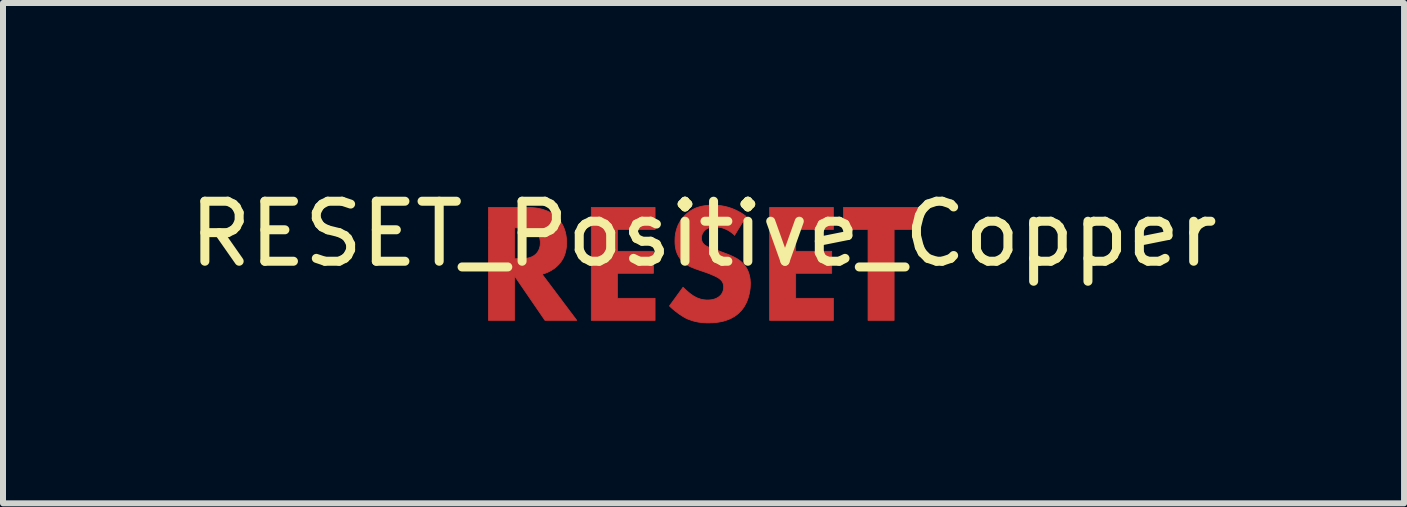
<source format=kicad_pcb>
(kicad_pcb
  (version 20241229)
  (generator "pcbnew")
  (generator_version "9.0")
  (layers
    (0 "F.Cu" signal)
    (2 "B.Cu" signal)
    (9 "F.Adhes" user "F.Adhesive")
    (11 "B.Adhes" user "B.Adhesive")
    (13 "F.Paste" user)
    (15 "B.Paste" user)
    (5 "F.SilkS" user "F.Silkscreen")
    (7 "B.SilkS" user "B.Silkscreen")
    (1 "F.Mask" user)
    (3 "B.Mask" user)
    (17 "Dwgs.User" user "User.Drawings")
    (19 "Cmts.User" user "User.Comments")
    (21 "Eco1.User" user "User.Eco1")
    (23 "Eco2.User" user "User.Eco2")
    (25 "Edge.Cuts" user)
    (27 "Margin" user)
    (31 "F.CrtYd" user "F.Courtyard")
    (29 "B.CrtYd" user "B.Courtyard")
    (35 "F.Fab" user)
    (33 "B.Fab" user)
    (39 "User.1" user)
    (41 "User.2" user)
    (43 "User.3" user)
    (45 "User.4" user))
  (footprint "RESET_Positive_Copper"
    (layer "F.Cu")
    (at 8.673 1.348)
    (property "Reference" "RESET_Positive_Copper" (at 0 -0.5 0) (unlocked yes) (layer "F.SilkS") (effects (font (size 1 1) (thickness 0.15))))
    (fp_poly (pts (xy 3.584 -0.574) (xy 3.175 -0.574) (xy 3.175 0.94) (xy 2.741 0.94) (xy 2.741 -0.574) (xy 2.332 -0.574) (xy 2.332 -0.941) (xy 3.584 -0.941)) (stroke (width 0.013) (type solid)) (fill yes) (layer "F.Cu"))
    (fp_poly (pts (xy -0.808 -0.574) (xy -1.436 -0.574) (xy -1.436 -0.21) (xy -0.836 -0.21) (xy -0.836 0.156) (xy -1.436 0.156) (xy -1.436 0.573) (xy -0.808 0.573) (xy -0.808 0.94) (xy -1.87 0.94) (xy -1.87 -0.941) (xy -0.808 -0.941)) (stroke (width 0.013) (type solid)) (fill yes) (layer "F.Cu"))
    (fp_poly (pts (xy 2.163 -0.574) (xy 1.535 -0.574) (xy 1.535 -0.21) (xy 2.135 -0.21) (xy 2.135 0.156) (xy 1.535 0.156) (xy 1.535 0.573) (xy 2.163 0.573) (xy 2.163 0.94) (xy 1.101 0.94) (xy 1.101 -0.941) (xy 2.163 -0.941)) (stroke (width 0.013) (type solid)) (fill yes) (layer "F.Cu"))
    (fp_poly (pts (xy -2.88 -0.94) (xy -2.839 -0.937) (xy -2.799 -0.933) (xy -2.761 -0.927) (xy -2.725 -0.92) (xy -2.691 -0.912) (xy -2.659 -0.902) (xy -2.629 -0.891) (xy -2.6 -0.88) (xy -2.573 -0.867) (xy -2.548 -0.854) (xy -2.524 -0.839) (xy -2.502 -0.825) (xy -2.482 -0.81) (xy -2.462 -0.794) (xy -2.445 -0.778) (xy -2.43 -0.763) (xy -2.415 -0.747) (xy -2.401 -0.729) (xy -2.386 -0.709) (xy -2.373 -0.689) (xy -2.359 -0.666) (xy -2.346 -0.643) (xy -2.334 -0.617) (xy -2.323 -0.591) (xy -2.313 -0.562) (xy -2.304 -0.533) (xy -2.3 -0.517) (xy -2.297 -0.501) (xy -2.293 -0.485) (xy -2.291 -0.468) (xy -2.288 -0.451) (xy -2.286 -0.433) (xy -2.284 -0.415) (xy -2.283 -0.397) (xy -2.282 -0.378) (xy -2.282 -0.359) (xy -2.283 -0.336) (xy -2.284 -0.313) (xy -2.285 -0.289) (xy -2.288 -0.265) (xy -2.292 -0.24) (xy -2.297 -0.216) (xy -2.303 -0.191) (xy -2.31 -0.166) (xy -2.319 -0.142) (xy -2.329 -0.117) (xy -2.341 -0.092) (xy -2.355 -0.068) (xy -2.371 -0.044) (xy -2.389 -0.02) (xy -2.408 0.003) (xy -2.43 0.026) (xy -2.443 0.038) (xy -2.456 0.049) (xy -2.469 0.061) (xy -2.484 0.072) (xy -2.498 0.083) (xy -2.514 0.093) (xy -2.53 0.103) (xy -2.546 0.113) (xy -2.563 0.122) (xy -2.581 0.131) (xy -2.598 0.139) (xy -2.616 0.146) (xy -2.635 0.154) (xy -2.653 0.16) (xy -2.672 0.166) (xy -2.691 0.171) (xy -2.113 0.94) (xy -2.642 0.94) (xy -3.15 0.199) (xy -3.15 0.94) (xy -3.584 0.94) (xy -3.584 -0.087) (xy -3.15 -0.087) (xy -3.051 -0.087) (xy -3.021 -0.087) (xy -3.005 -0.088) (xy -2.988 -0.089) (xy -2.971 -0.091) (xy -2.954 -0.093) (xy -2.937 -0.096) (xy -2.919 -0.1) (xy -2.902 -0.104) (xy -2.885 -0.11) (xy -2.868 -0.116) (xy -2.851 -0.124) (xy -2.835 -0.133) (xy -2.82 -0.143) (xy -2.812 -0.149) (xy -2.805 -0.155) (xy -2.797 -0.161) (xy -2.79 -0.168) (xy -2.784 -0.174) (xy -2.778 -0.181) (xy -2.772 -0.189) (xy -2.766 -0.197) (xy -2.76 -0.206) (xy -2.754 -0.216) (xy -2.748 -0.226) (xy -2.743 -0.237) (xy -2.738 -0.249) (xy -2.734 -0.262) (xy -2.73 -0.275) (xy -2.728 -0.282) (xy -2.726 -0.289) (xy -2.725 -0.296) (xy -2.723 -0.303) (xy -2.722 -0.311) (xy -2.721 -0.319) (xy -2.721 -0.327) (xy -2.72 -0.335) (xy -2.72 -0.343) (xy -2.72 -0.352) (xy -2.72 -0.371) (xy -2.722 -0.389) (xy -2.725 -0.406) (xy -2.728 -0.422) (xy -2.732 -0.437) (xy -2.737 -0.451) (xy -2.743 -0.464) (xy -2.749 -0.476) (xy -2.756 -0.487) (xy -2.763 -0.497) (xy -2.77 -0.507) (xy -2.778 -0.515) (xy -2.785 -0.523) (xy -2.793 -0.53) (xy -2.801 -0.536) (xy -2.808 -0.542) (xy -2.822 -0.551) (xy -2.836 -0.56) (xy -2.851 -0.567) (xy -2.867 -0.574) (xy -2.883 -0.579) (xy -2.9 -0.584) (xy -2.917 -0.588) (xy -2.933 -0.592) (xy -2.95 -0.595) (xy -2.966 -0.597) (xy -2.981 -0.599) (xy -2.996 -0.6) (xy -3.024 -0.602) (xy -3.048 -0.602) (xy -3.15 -0.602) (xy -3.15 -0.087) (xy -3.584 -0.087) (xy -3.584 -0.941) (xy -2.924 -0.941)) (stroke (width 0.013) (type solid)) (fill yes) (layer "F.Cu"))
    (fp_poly (pts (xy 0.204 -0.978) (xy 0.233 -0.976) (xy 0.263 -0.974) (xy 0.295 -0.97) (xy 0.328 -0.964) (xy 0.362 -0.957) (xy 0.398 -0.948) (xy 0.434 -0.937) (xy 0.471 -0.925) (xy 0.509 -0.909) (xy 0.548 -0.892) (xy 0.588 -0.871) (xy 0.628 -0.848) (xy 0.668 -0.822) (xy 0.709 -0.792) (xy 0.515 -0.475) (xy 0.515 -0.482) (xy 0.489 -0.504) (xy 0.463 -0.524) (xy 0.438 -0.542) (xy 0.414 -0.557) (xy 0.39 -0.569) (xy 0.368 -0.58) (xy 0.346 -0.589) (xy 0.325 -0.597) (xy 0.305 -0.603) (xy 0.286 -0.607) (xy 0.268 -0.611) (xy 0.251 -0.613) (xy 0.236 -0.615) (xy 0.222 -0.616) (xy 0.198 -0.616) (xy 0.175 -0.616) (xy 0.163 -0.615) (xy 0.151 -0.614) (xy 0.139 -0.613) (xy 0.126 -0.611) (xy 0.114 -0.609) (xy 0.102 -0.606) (xy 0.09 -0.602) (xy 0.078 -0.598) (xy 0.067 -0.592) (xy 0.055 -0.586) (xy 0.044 -0.579) (xy 0.034 -0.572) (xy 0.029 -0.567) (xy 0.024 -0.563) (xy 0.019 -0.558) (xy 0.014 -0.553) (xy 0.009 -0.547) (xy 0.004 -0.541) (xy -0.001 -0.535) (xy -0.005 -0.529) (xy -0.01 -0.522) (xy -0.014 -0.515) (xy -0.017 -0.508) (xy -0.021 -0.501) (xy -0.024 -0.493) (xy -0.027 -0.485) (xy -0.029 -0.477) (xy -0.031 -0.468) (xy -0.033 -0.46) (xy -0.034 -0.451) (xy -0.035 -0.442) (xy -0.035 -0.433) (xy -0.035 -0.424) (xy -0.034 -0.416) (xy -0.034 -0.408) (xy -0.032 -0.401) (xy -0.031 -0.393) (xy -0.029 -0.386) (xy -0.027 -0.38) (xy -0.024 -0.373) (xy -0.022 -0.367) (xy -0.019 -0.361) (xy -0.015 -0.355) (xy -0.011 -0.349) (xy -0.007 -0.343) (xy -0.003 -0.338) (xy 0.002 -0.332) (xy 0.007 -0.327) (xy 0.016 -0.319) (xy 0.025 -0.312) (xy 0.035 -0.305) (xy 0.046 -0.299) (xy 0.057 -0.293) (xy 0.069 -0.287) (xy 0.081 -0.281) (xy 0.095 -0.275) (xy 0.11 -0.269) (xy 0.125 -0.263) (xy 0.16 -0.251) (xy 0.244 -0.221) (xy 0.385 -0.168) (xy 0.416 -0.156) (xy 0.449 -0.142) (xy 0.482 -0.127) (xy 0.499 -0.119) (xy 0.516 -0.11) (xy 0.533 -0.101) (xy 0.55 -0.092) (xy 0.566 -0.082) (xy 0.582 -0.071) (xy 0.598 -0.06) (xy 0.613 -0.049) (xy 0.628 -0.036) (xy 0.642 -0.023) (xy 0.662 -0.003) (xy 0.68 0.017) (xy 0.696 0.039) (xy 0.71 0.06) (xy 0.723 0.082) (xy 0.734 0.105) (xy 0.744 0.127) (xy 0.752 0.15) (xy 0.759 0.173) (xy 0.765 0.195) (xy 0.77 0.218) (xy 0.774 0.24) (xy 0.777 0.262) (xy 0.778 0.284) (xy 0.78 0.305) (xy 0.78 0.326) (xy 0.779 0.362) (xy 0.777 0.397) (xy 0.773 0.432) (xy 0.768 0.466) (xy 0.761 0.499) (xy 0.753 0.531) (xy 0.744 0.563) (xy 0.734 0.593) (xy 0.723 0.622) (xy 0.71 0.65) (xy 0.696 0.677) (xy 0.682 0.703) (xy 0.666 0.727) (xy 0.65 0.75) (xy 0.632 0.772) (xy 0.614 0.791) (xy 0.598 0.808) (xy 0.582 0.823) (xy 0.566 0.837) (xy 0.549 0.85) (xy 0.531 0.863) (xy 0.514 0.875) (xy 0.478 0.896) (xy 0.442 0.914) (xy 0.405 0.929) (xy 0.368 0.942) (xy 0.332 0.953) (xy 0.296 0.961) (xy 0.26 0.968) (xy 0.226 0.973) (xy 0.193 0.977) (xy 0.162 0.98) (xy 0.133 0.981) (xy 0.081 0.982) (xy 0.056 0.982) (xy 0.032 0.981) (xy 0.007 0.98) (xy -0.017 0.978) (xy -0.041 0.975) (xy -0.064 0.972) (xy -0.088 0.969) (xy -0.111 0.964) (xy -0.134 0.959) (xy -0.157 0.954) (xy -0.18 0.947) (xy -0.202 0.94) (xy -0.225 0.932) (xy -0.248 0.924) (xy -0.27 0.915) (xy -0.293 0.904) (xy -0.311 0.895) (xy -0.329 0.884) (xy -0.347 0.873) (xy -0.366 0.861) (xy -0.384 0.849) (xy -0.403 0.837) (xy -0.439 0.81) (xy -0.475 0.782) (xy -0.508 0.755) (xy -0.54 0.727) (xy -0.568 0.7) (xy -0.342 0.389) (xy -0.322 0.408) (xy -0.301 0.428) (xy -0.278 0.448) (xy -0.255 0.468) (xy -0.232 0.487) (xy -0.209 0.505) (xy -0.197 0.513) (xy -0.186 0.521) (xy -0.176 0.528) (xy -0.166 0.534) (xy -0.152 0.542) (xy -0.138 0.55) (xy -0.124 0.557) (xy -0.11 0.564) (xy -0.096 0.57) (xy -0.081 0.575) (xy -0.067 0.58) (xy -0.053 0.585) (xy -0.038 0.589) (xy -0.023 0.592) (xy -0.008 0.595) (xy 0.007 0.597) (xy 0.023 0.599) (xy 0.038 0.6) (xy 0.054 0.601) (xy 0.071 0.601) (xy 0.082 0.601) (xy 0.093 0.6) (xy 0.105 0.6) (xy 0.117 0.598) (xy 0.129 0.597) (xy 0.141 0.595) (xy 0.154 0.592) (xy 0.167 0.589) (xy 0.18 0.585) (xy 0.193 0.581) (xy 0.206 0.576) (xy 0.219 0.57) (xy 0.231 0.563) (xy 0.244 0.555) (xy 0.256 0.547) (xy 0.268 0.537) (xy 0.275 0.531) (xy 0.281 0.525) (xy 0.288 0.518) (xy 0.294 0.51) (xy 0.3 0.502) (xy 0.305 0.494) (xy 0.31 0.485) (xy 0.315 0.476) (xy 0.319 0.467) (xy 0.323 0.456) (xy 0.327 0.446) (xy 0.328 0.44) (xy 0.33 0.435) (xy 0.331 0.429) (xy 0.332 0.423) (xy 0.333 0.417) (xy 0.334 0.411) (xy 0.335 0.405) (xy 0.335 0.399) (xy 0.335 0.392) (xy 0.335 0.386) (xy 0.335 0.374) (xy 0.334 0.363) (xy 0.333 0.353) (xy 0.331 0.343) (xy 0.328 0.333) (xy 0.326 0.324) (xy 0.322 0.315) (xy 0.318 0.307) (xy 0.314 0.299) (xy 0.309 0.291) (xy 0.304 0.284) (xy 0.298 0.277) (xy 0.292 0.27) (xy 0.286 0.264) (xy 0.279 0.258) (xy 0.272 0.252) (xy 0.262 0.244) (xy 0.25 0.236) (xy 0.238 0.228) (xy 0.224 0.22) (xy 0.21 0.213) (xy 0.195 0.205) (xy 0.164 0.191) (xy 0.133 0.178) (xy 0.103 0.165) (xy 0.053 0.146) (xy -0.102 0.093) (xy -0.136 0.081) (xy -0.17 0.067) (xy -0.205 0.053) (xy -0.222 0.045) (xy -0.239 0.036) (xy -0.256 0.027) (xy -0.273 0.017) (xy -0.289 0.007) (xy -0.305 -0.004) (xy -0.32 -0.015) (xy -0.335 -0.028) (xy -0.35 -0.041) (xy -0.363 -0.055) (xy -0.381 -0.075) (xy -0.396 -0.096) (xy -0.41 -0.117) (xy -0.422 -0.138) (xy -0.433 -0.16) (xy -0.442 -0.181) (xy -0.45 -0.203) (xy -0.457 -0.225) (xy -0.462 -0.246) (xy -0.466 -0.267) (xy -0.47 -0.288) (xy -0.472 -0.308) (xy -0.474 -0.328) (xy -0.475 -0.347) (xy -0.476 -0.383) (xy -0.475 -0.414) (xy -0.474 -0.444) (xy -0.471 -0.474) (xy -0.467 -0.503) (xy -0.461 -0.531) (xy -0.454 -0.559) (xy -0.446 -0.587) (xy -0.437 -0.613) (xy -0.427 -0.64) (xy -0.415 -0.665) (xy -0.401 -0.69) (xy -0.387 -0.715) (xy -0.371 -0.739) (xy -0.353 -0.762) (xy -0.334 -0.784) (xy -0.314 -0.807) (xy -0.288 -0.831) (xy -0.262 -0.853) (xy -0.236 -0.872) (xy -0.209 -0.89) (xy -0.182 -0.906) (xy -0.154 -0.92) (xy -0.126 -0.933) (xy -0.097 -0.943) (xy -0.067 -0.952) (xy -0.038 -0.96) (xy -0.007 -0.966) (xy 0.024 -0.971) (xy 0.055 -0.975) (xy 0.087 -0.978) (xy 0.119 -0.979) (xy 0.152 -0.979)) (stroke (width 0.013) (type solid)) (fill yes) (layer "F.Cu")))
  (gr_rect
    (start -3 -3)
    (end 20.345 5.337)
    (stroke (width 0.1) (type default))
    (fill no)
    (layer "Edge.Cuts")))
</source>
